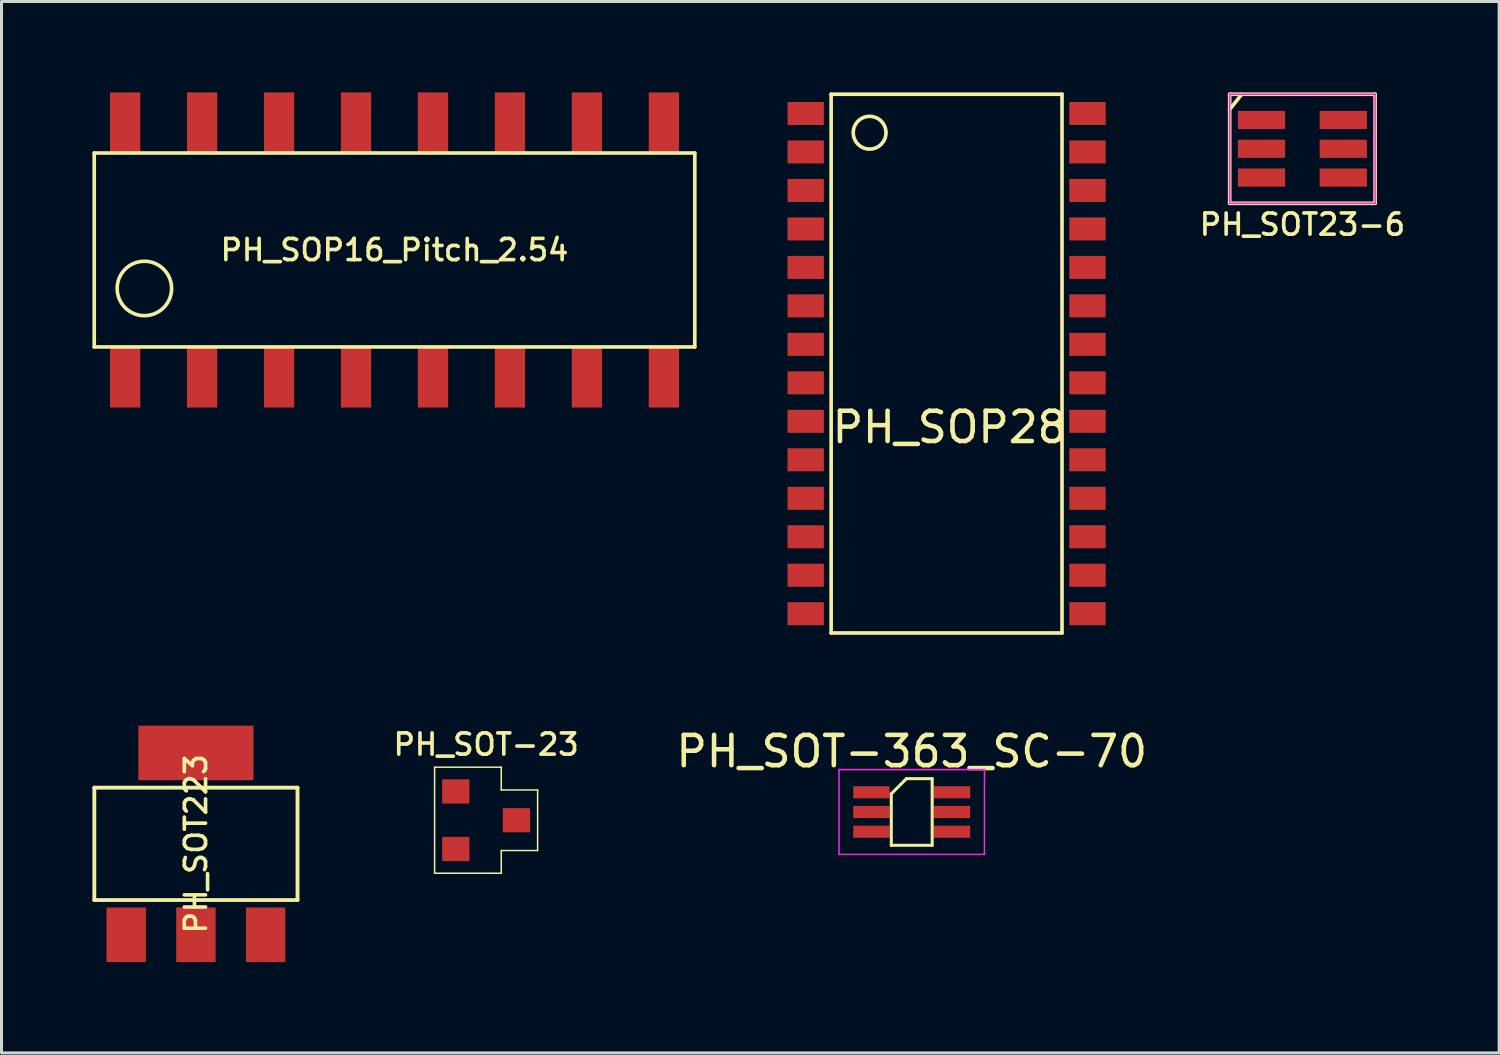
<source format=kicad_pcb>
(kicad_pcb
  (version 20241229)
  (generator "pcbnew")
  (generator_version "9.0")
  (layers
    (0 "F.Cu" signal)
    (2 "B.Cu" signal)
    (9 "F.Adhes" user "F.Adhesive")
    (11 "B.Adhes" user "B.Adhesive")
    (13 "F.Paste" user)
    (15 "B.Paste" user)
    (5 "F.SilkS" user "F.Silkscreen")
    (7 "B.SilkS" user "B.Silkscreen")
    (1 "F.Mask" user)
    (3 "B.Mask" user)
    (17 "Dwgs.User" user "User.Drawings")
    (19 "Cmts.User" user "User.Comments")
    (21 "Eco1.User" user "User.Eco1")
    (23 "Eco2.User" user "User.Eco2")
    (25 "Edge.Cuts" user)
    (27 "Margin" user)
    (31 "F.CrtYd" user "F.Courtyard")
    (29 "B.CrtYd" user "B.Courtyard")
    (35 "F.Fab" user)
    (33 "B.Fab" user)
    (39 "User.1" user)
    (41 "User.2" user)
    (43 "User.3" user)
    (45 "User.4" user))
  (footprint "PH_SOP28"
    (layer "F.Cu")
    (at 28.19 8.95)
    (property "Reference" "PH_SOP28" (at 0.1 2.1 0) (layer "F.SilkS") (effects (font (size 1 1) (thickness 0.15))))
    (attr through_hole)
    (fp_line (start -3.81 -8.89) (end -3.81 8.89) (stroke (width 0.12) (type solid)) (layer "F.SilkS"))
    (fp_line (start -3.81 8.89) (end 3.81 8.89) (stroke (width 0.12) (type solid)) (layer "F.SilkS"))
    (fp_line (start 3.81 -8.89) (end -3.81 -8.89) (stroke (width 0.12) (type solid)) (layer "F.SilkS"))
    (fp_line (start 3.81 8.89) (end 3.81 -8.89) (stroke (width 0.12) (type solid)) (layer "F.SilkS"))
    (fp_circle (center -2.54 -7.62) (end -2.2 -7.2) (stroke (width 0.12) (type solid)) (fill no) (layer "F.SilkS"))
    (pad "1" smd rect (at -4.65 -8.255) (size 1.2 0.76) (layers "F.Cu" "F.Mask" "F.Paste"))
    (pad "2" smd rect (at -4.65 -6.985) (size 1.2 0.76) (layers "F.Cu" "F.Mask" "F.Paste"))
    (pad "3" smd rect (at -4.65 -5.715) (size 1.2 0.76) (layers "F.Cu" "F.Mask" "F.Paste"))
    (pad "4" smd rect (at -4.65 -4.445) (size 1.2 0.76) (layers "F.Cu" "F.Mask" "F.Paste"))
    (pad "5" smd rect (at -4.65 -3.175) (size 1.2 0.76) (layers "F.Cu" "F.Mask" "F.Paste"))
    (pad "6" smd rect (at -4.65 -1.905) (size 1.2 0.76) (layers "F.Cu" "F.Mask" "F.Paste"))
    (pad "7" smd rect (at -4.65 -0.635) (size 1.2 0.76) (layers "F.Cu" "F.Mask" "F.Paste"))
    (pad "8" smd rect (at -4.65 0.635) (size 1.2 0.76) (layers "F.Cu" "F.Mask" "F.Paste"))
    (pad "9" smd rect (at -4.65 1.905) (size 1.2 0.76) (layers "F.Cu" "F.Mask" "F.Paste"))
    (pad "10" smd rect (at -4.65 3.175) (size 1.2 0.76) (layers "F.Cu" "F.Mask" "F.Paste"))
    (pad "11" smd rect (at -4.65 4.445) (size 1.2 0.76) (layers "F.Cu" "F.Mask" "F.Paste"))
    (pad "12" smd rect (at -4.65 5.715) (size 1.2 0.76) (layers "F.Cu" "F.Mask" "F.Paste"))
    (pad "13" smd rect (at -4.65 6.985) (size 1.2 0.76) (layers "F.Cu" "F.Mask" "F.Paste"))
    (pad "14" smd rect (at -4.65 8.255) (size 1.2 0.76) (layers "F.Cu" "F.Mask" "F.Paste"))
    (pad "15" smd rect (at 4.65 8.255) (size 1.2 0.76) (layers "F.Cu" "F.Mask" "F.Paste"))
    (pad "16" smd rect (at 4.65 6.985) (size 1.2 0.76) (layers "F.Cu" "F.Mask" "F.Paste"))
    (pad "17" smd rect (at 4.65 5.715) (size 1.2 0.76) (layers "F.Cu" "F.Mask" "F.Paste"))
    (pad "18" smd rect (at 4.65 4.445) (size 1.2 0.76) (layers "F.Cu" "F.Mask" "F.Paste"))
    (pad "19" smd rect (at 4.65 3.175) (size 1.2 0.76) (layers "F.Cu" "F.Mask" "F.Paste"))
    (pad "20" smd rect (at 4.65 1.905) (size 1.2 0.76) (layers "F.Cu" "F.Mask" "F.Paste"))
    (pad "21" smd rect (at 4.65 0.635) (size 1.2 0.76) (layers "F.Cu" "F.Mask" "F.Paste"))
    (pad "22" smd rect (at 4.65 -0.635) (size 1.2 0.76) (layers "F.Cu" "F.Mask" "F.Paste"))
    (pad "23" smd rect (at 4.65 -1.905) (size 1.2 0.76) (layers "F.Cu" "F.Mask" "F.Paste"))
    (pad "24" smd rect (at 4.65 -3.175) (size 1.2 0.76) (layers "F.Cu" "F.Mask" "F.Paste"))
    (pad "25" smd rect (at 4.65 -4.445) (size 1.2 0.76) (layers "F.Cu" "F.Mask" "F.Paste"))
    (pad "26" smd rect (at 4.65 -5.715) (size 1.2 0.76) (layers "F.Cu" "F.Mask" "F.Paste"))
    (pad "27" smd rect (at 4.65 -6.985) (size 1.2 0.76) (layers "F.Cu" "F.Mask" "F.Paste"))
    (pad "28" smd rect (at 4.65 -8.255) (size 1.2 0.76) (layers "F.Cu" "F.Mask" "F.Paste")))
  (footprint "PH_SOT-23"
    (layer "F.Cu")
    (at 12.993 24.02)
    (property "Reference" "PH_SOT-23" (at 0 -2.5 180) (layer "F.SilkS") (effects (font (size 0.7 0.7) (thickness 0.12))))
    (attr smd)
    (fp_line (start -1.7 -1.75) (end 0.5 -1.75) (stroke (width 0.05) (type solid)) (layer "F.SilkS"))
    (fp_line (start -1.7 1.75) (end -1.7 -1.75) (stroke (width 0.05) (type solid)) (layer "F.SilkS"))
    (fp_line (start 0.5 -1) (end 0.5 -1.75) (stroke (width 0.05) (type solid)) (layer "F.SilkS"))
    (fp_line (start 0.5 1) (end 0.5 1.75) (stroke (width 0.05) (type solid)) (layer "F.SilkS"))
    (fp_line (start 0.5 1.75) (end -1.7 1.75) (stroke (width 0.05) (type solid)) (layer "F.SilkS"))
    (fp_line (start 1.7 -1) (end 0.5 -1) (stroke (width 0.05) (type solid)) (layer "F.SilkS"))
    (fp_line (start 1.7 -1) (end 1.7 1) (stroke (width 0.05) (type solid)) (layer "F.SilkS"))
    (fp_line (start 1.7 1) (end 0.5 1) (stroke (width 0.05) (type solid)) (layer "F.SilkS"))
    (pad "1" smd rect (at -1 -0.95) (size 0.9 0.8) (layers "F.Cu" "F.Mask" "F.Paste"))
    (pad "2" smd rect (at -1 0.95) (size 0.9 0.8) (layers "F.Cu" "F.Mask" "F.Paste"))
    (pad "3" smd rect (at 1 0) (size 0.9 0.8) (layers "F.Cu" "F.Mask" "F.Paste")))
  (footprint "PH_SOT223"
    (layer "F.Cu")
    (at 3.416 24.8)
    (property "Reference" "PH_SOT223" (at 0 0 270) (layer "F.SilkS") (effects (font (size 0.7 0.7) (thickness 0.12))))
    (attr through_hole)
    (fp_line (start -3.353 -1.854) (end 3.353 -1.854) (stroke (width 0.127) (type solid)) (layer "F.SilkS"))
    (fp_line (start -3.353 1.854) (end -3.353 -1.854) (stroke (width 0.127) (type solid)) (layer "F.SilkS"))
    (fp_line (start 3.353 -1.854) (end 3.353 1.854) (stroke (width 0.127) (type solid)) (layer "F.SilkS"))
    (fp_line (start 3.353 1.854) (end -3.353 1.854) (stroke (width 0.127) (type solid)) (layer "F.SilkS"))
    (pad "1" smd rect (at -2.301 3) (size 1.3 1.801) (layers "F.Cu" "F.Mask" "F.Paste"))
    (pad "2" smd rect (at 0 -3) (size 3.8 1.801) (layers "F.Cu" "F.Mask" "F.Paste"))
    (pad "2" smd rect (at 0 3) (size 1.3 1.801) (layers "F.Cu" "F.Mask" "F.Paste"))
    (pad "3" smd rect (at 2.301 3) (size 1.3 1.801) (layers "F.Cu" "F.Mask" "F.Paste")))
  (footprint "PH_SOT-363_SC-70"
    (layer "F.Cu")
    (at 27.04 23.748)
    (property "Reference" "PH_SOT-363_SC-70" (at 0 -2 0) (layer "F.SilkS") (effects (font (size 1 1) (thickness 0.15))))
    (attr smd)
    (fp_line (start -0.675 -0.6) (end -0.675 1.1) (stroke (width 0.1) (type solid)) (layer "F.SilkS"))
    (fp_line (start -0.175 -1.1) (end -0.675 -0.6) (stroke (width 0.1) (type solid)) (layer "F.SilkS"))
    (fp_line (start 0.675 -1.1) (end -0.175 -1.1) (stroke (width 0.1) (type solid)) (layer "F.SilkS"))
    (fp_line (start 0.675 -1.1) (end 0.675 1.1) (stroke (width 0.1) (type solid)) (layer "F.SilkS"))
    (fp_line (start 0.675 1.1) (end -0.675 1.1) (stroke (width 0.1) (type solid)) (layer "F.SilkS"))
    (fp_line (start -2.4 -1.4) (end -2.4 1.4) (stroke (width 0.05) (type solid)) (layer "F.CrtYd"))
    (fp_line (start -2.4 -1.4) (end 2.4 -1.4) (stroke (width 0.05) (type solid)) (layer "F.CrtYd"))
    (fp_line (start -2.4 1.4) (end 2.4 1.4) (stroke (width 0.05) (type solid)) (layer "F.CrtYd"))
    (fp_line (start 2.4 1.4) (end 2.4 -1.4) (stroke (width 0.05) (type solid)) (layer "F.CrtYd"))
    (pad "1" smd rect (at -1.33 -0.65) (size 1.2 0.4) (layers "F.Cu" "F.Mask" "F.Paste"))
    (pad "2" smd rect (at -1.33 0) (size 1.2 0.4) (layers "F.Cu" "F.Mask" "F.Paste"))
    (pad "3" smd rect (at -1.33 0.65) (size 1.2 0.4) (layers "F.Cu" "F.Mask" "F.Paste"))
    (pad "4" smd rect (at 1.33 0.65) (size 1.2 0.4) (layers "F.Cu" "F.Mask" "F.Paste"))
    (pad "5" smd rect (at 1.33 0) (size 1.2 0.4) (layers "F.Cu" "F.Mask" "F.Paste"))
    (pad "6" smd rect (at 1.33 -0.65) (size 1.2 0.4) (layers "F.Cu" "F.Mask" "F.Paste")))
  (footprint "PH_SOT23-6"
    (layer "F.Cu")
    (at 39.933 1.86)
    (property "Reference" "PH_SOT23-6" (at 0 2.5 180) (layer "F.SilkS") (effects (font (size 0.7 0.7) (thickness 0.12))))
    (attr smd)
    (fp_line (start -2.4 -1.8) (end -2.4 1.8) (stroke (width 0.12) (type solid)) (layer "F.SilkS"))
    (fp_line (start -2.4 -1.3) (end -2 -1.8) (stroke (width 0.12) (type solid)) (layer "F.SilkS"))
    (fp_line (start -2.4 1.8) (end 2.4 1.8) (stroke (width 0.12) (type solid)) (layer "F.SilkS"))
    (fp_line (start 2.4 -1.8) (end -2.4 -1.8) (stroke (width 0.12) (type solid)) (layer "F.SilkS"))
    (fp_line (start 2.4 -1.8) (end 2.4 1.8) (stroke (width 0.12) (type solid)) (layer "F.SilkS"))
    (fp_line (start -2.4 -1.8) (end 2.4 -1.8) (stroke (width 0.05) (type solid)) (layer "F.CrtYd"))
    (fp_line (start -2.4 1.8) (end -2.4 -1.8) (stroke (width 0.05) (type solid)) (layer "F.CrtYd"))
    (fp_line (start 2.4 -1.8) (end 2.4 1.8) (stroke (width 0.05) (type solid)) (layer "F.CrtYd"))
    (fp_line (start 2.4 1.8) (end -2.4 1.8) (stroke (width 0.05) (type solid)) (layer "F.CrtYd"))
    (pad "1" smd rect (at -1.35 -0.95) (size 1.56 0.6) (layers "F.Cu" "F.Mask" "F.Paste"))
    (pad "2" smd rect (at -1.35 0) (size 1.56 0.6) (layers "F.Cu" "F.Mask" "F.Paste"))
    (pad "3" smd rect (at -1.35 0.95) (size 1.56 0.6) (layers "F.Cu" "F.Mask" "F.Paste"))
    (pad "4" smd rect (at 1.35 0.95) (size 1.56 0.6) (layers "F.Cu" "F.Mask" "F.Paste"))
    (pad "5" smd rect (at 1.35 0) (size 1.56 0.6) (layers "F.Cu" "F.Mask" "F.Paste"))
    (pad "6" smd rect (at 1.35 -0.95) (size 1.56 0.6) (layers "F.Cu" "F.Mask" "F.Paste")))
  (footprint "PH_SOP16_Pitch_2.54"
    (layer "F.Cu")
    (at 9.97 5.2)
    (property "Reference" "PH_SOP16_Pitch_2.54" (at 0 0 0) (layer "F.SilkS") (effects (font (size 0.7 0.7) (thickness 0.12))))
    (attr through_hole)
    (fp_line (start -9.91 -3.2) (end -9.91 3.2) (stroke (width 0.12) (type solid)) (layer "F.SilkS"))
    (fp_line (start -9.91 -3.2) (end 9.91 -3.2) (stroke (width 0.12) (type solid)) (layer "F.SilkS"))
    (fp_line (start -9.91 3.2) (end 9.91 3.2) (stroke (width 0.12) (type solid)) (layer "F.SilkS"))
    (fp_line (start 9.91 3.2) (end 9.91 -3.2) (stroke (width 0.12) (type solid)) (layer "F.SilkS"))
    (fp_circle (center -8.255 1.27) (end -7.62 1.905) (stroke (width 0.12) (type solid)) (fill no) (layer "F.SilkS"))
    (pad "1" smd rect (at -8.89 4.2) (size 1 2) (layers "F.Cu" "F.Mask" "F.Paste"))
    (pad "2" smd rect (at -6.35 4.2) (size 1 2) (layers "F.Cu" "F.Mask" "F.Paste"))
    (pad "3" smd rect (at -3.81 4.2) (size 1 2) (layers "F.Cu" "F.Mask" "F.Paste"))
    (pad "4" smd rect (at -1.27 4.2) (size 1 2) (layers "F.Cu" "F.Mask" "F.Paste"))
    (pad "5" smd rect (at 1.27 4.2) (size 1 2) (layers "F.Cu" "F.Mask" "F.Paste"))
    (pad "6" smd rect (at 3.81 4.2) (size 1 2) (layers "F.Cu" "F.Mask" "F.Paste"))
    (pad "7" smd rect (at 6.35 4.2) (size 1 2) (layers "F.Cu" "F.Mask" "F.Paste"))
    (pad "8" smd rect (at 8.89 4.2) (size 1 2) (layers "F.Cu" "F.Mask" "F.Paste"))
    (pad "9" smd rect (at 8.89 -4.2) (size 1 2) (layers "F.Cu" "F.Mask" "F.Paste"))
    (pad "10" smd rect (at 6.35 -4.2) (size 1 2) (layers "F.Cu" "F.Mask" "F.Paste"))
    (pad "11" smd rect (at 3.81 -4.2) (size 1 2) (layers "F.Cu" "F.Mask" "F.Paste"))
    (pad "12" smd rect (at 1.27 -4.2) (size 1 2) (layers "F.Cu" "F.Mask" "F.Paste"))
    (pad "13" smd rect (at -1.27 -4.2) (size 1 2) (layers "F.Cu" "F.Mask" "F.Paste"))
    (pad "14" smd rect (at -3.81 -4.2) (size 1 2) (layers "F.Cu" "F.Mask" "F.Paste"))
    (pad "15" smd rect (at -6.35 -4.2) (size 1 2) (layers "F.Cu" "F.Mask" "F.Paste"))
    (pad "16" smd rect (at -8.89 -4.2) (size 1 2) (layers "F.Cu" "F.Mask" "F.Paste")))
  (gr_rect
    (start -3 -3)
    (end 46.427 31.7)
    (stroke (width 0.1) (type default))
    (fill no)
    (layer "Edge.Cuts")))
</source>
